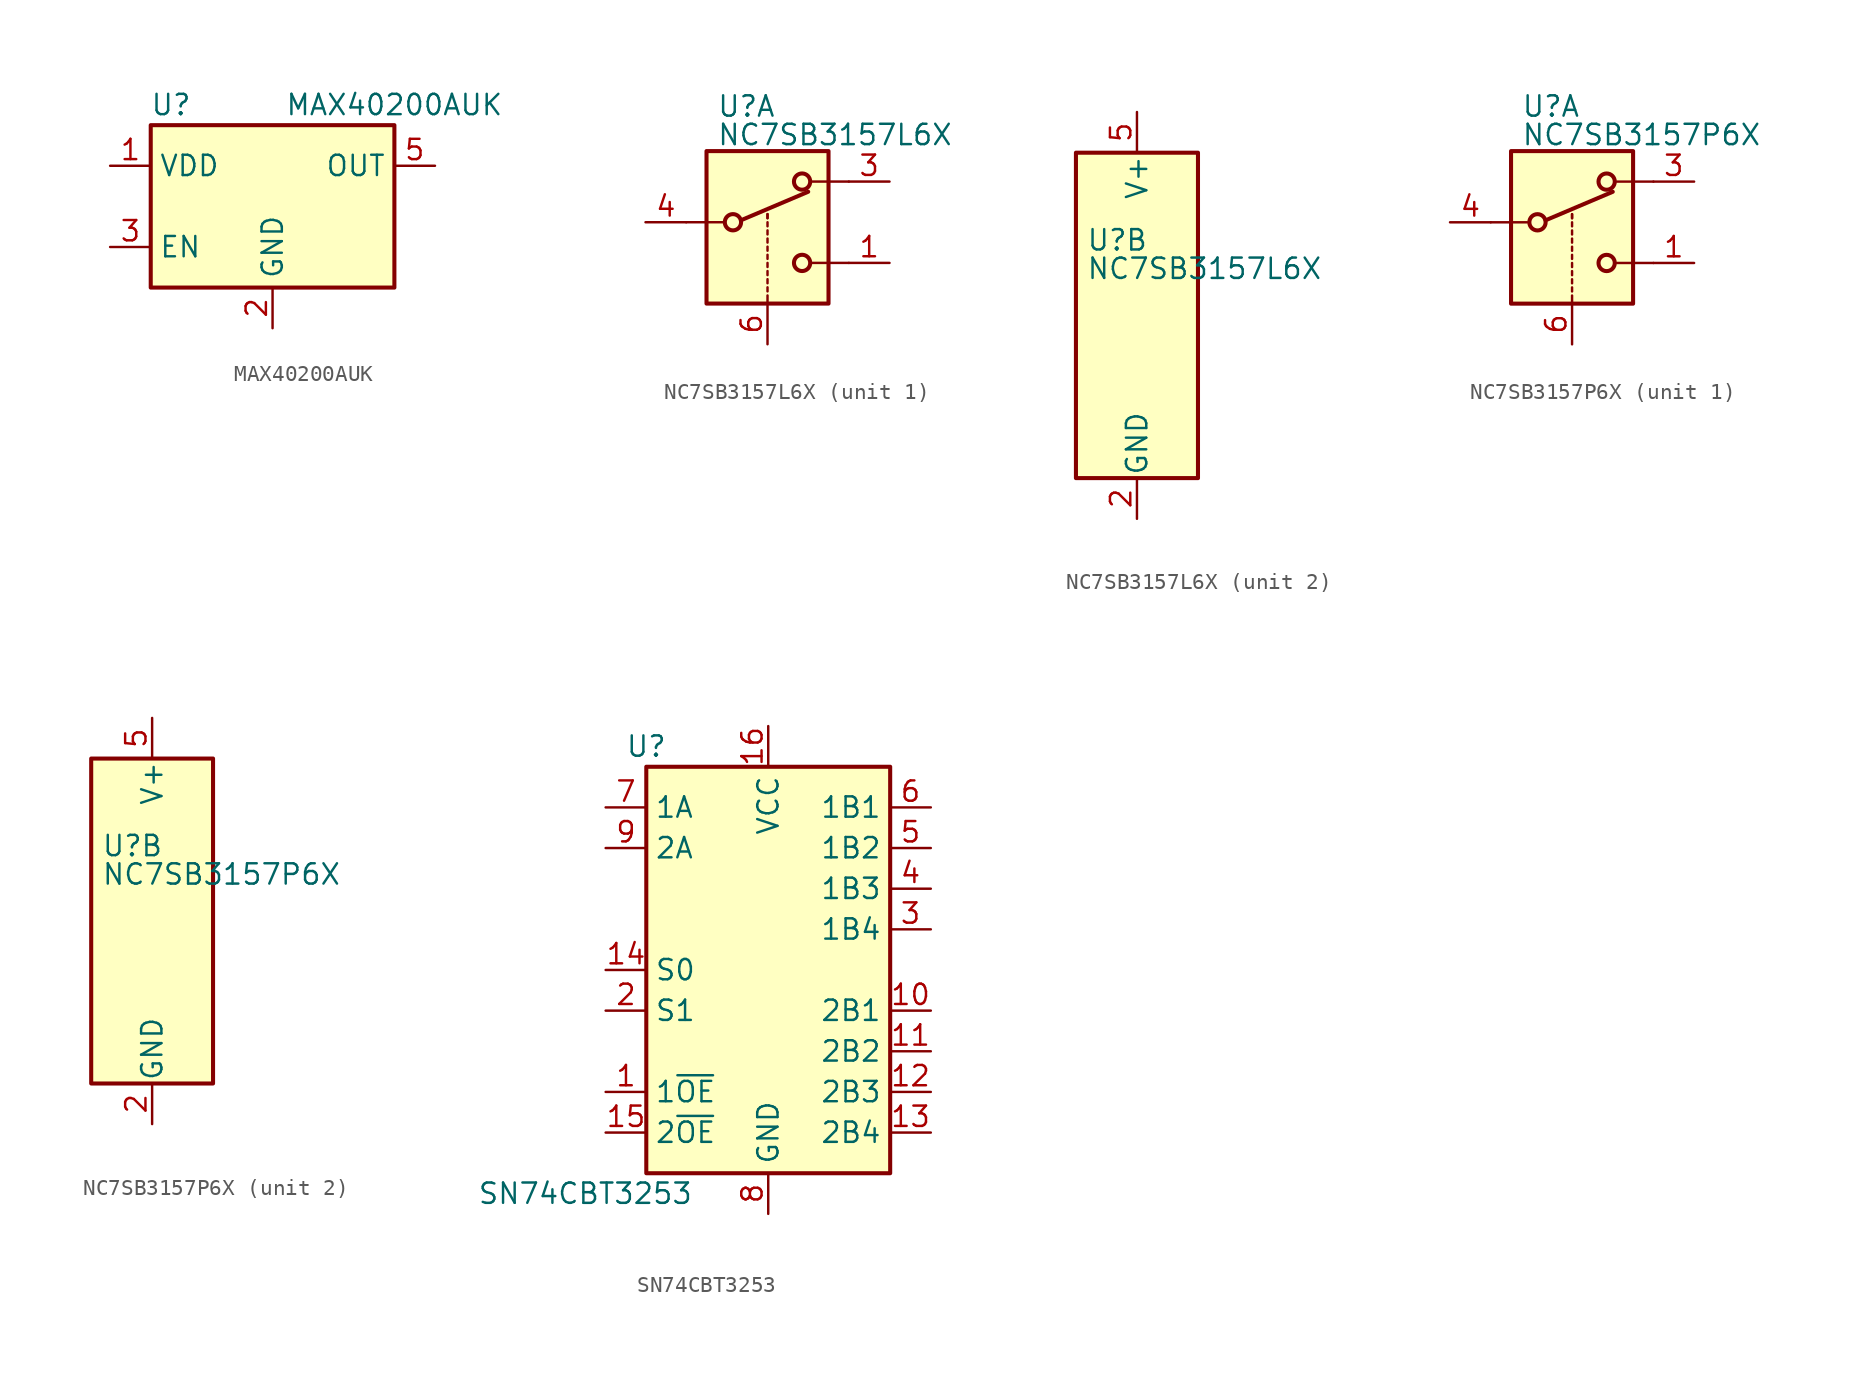
<source format=kicad_sym>
(kicad_symbol_lib
  (version 20200908)
  (generator kicad_symbol_editor)
  (symbol "Analog_Switch:MAX40200AUK"
    (property "Reference" "U"
      (at -6.35 6.35 0)
      (effects (font (size 1.27 1.27))))
    (property "Value" "MAX40200AUK"
      (at 7.62 6.35 0)
      (effects (font (size 1.27 1.27))))
    (symbol "MAX40200AUK_1_1"
      (rectangle (start -7.62 -5.08) (end 7.62 5.08) (stroke (width 0.254)) (fill (type background)))
      (pin power_in line (at -10.16 2.54 0) (length 2.54) (name "VDD" (effects (font (size 1.27 1.27)))) (number "1" (effects (font (size 1.27 1.27)))))
      (pin power_in line (at 0 -7.62 90) (length 2.54) (name "GND" (effects (font (size 1.27 1.27)))) (number "2" (effects (font (size 1.27 1.27)))))
      (pin input line (at -10.16 -2.54 0) (length 2.54) (name "EN" (effects (font (size 1.27 1.27)))) (number "3" (effects (font (size 1.27 1.27)))))
      (pin unconnected line (at 7.62 -2.54 180) (length 2.54) hide (name "NC" (effects (font (size 1.27 1.27)))) (number "4" (effects (font (size 1.27 1.27)))))
      (pin passive line (at 10.16 2.54 180) (length 2.54) (name "OUT" (effects (font (size 1.27 1.27)))) (number "5" (effects (font (size 1.27 1.27)))))))
  (symbol "Analog_Switch:NC7SB3157L6X"
    (pin_names
      (offset 0.127))
    (property "Reference" "U"
      (at -3.175 4.699 0)
      (effects (font (size 1.27 1.27)) (justify left)))
    (property "Value" "NC7SB3157L6X"
      (at -3.175 2.921 0)
      (effects (font (size 1.27 1.27)) (justify left)))
    (symbol "NC7SB3157L6X_1_1"
      (circle (center -2.159 -2.54) (radius 0.508) (stroke (width 0.254)) (fill (type none)))
      (circle (center 2.159 -5.08) (radius 0.508) (stroke (width 0.254)) (fill (type none)))
      (circle (center 2.159 0) (radius 0.508) (stroke (width 0.254)) (fill (type none)))
      (rectangle (start -3.81 1.905) (end 3.81 -7.62) (stroke (width 0.254)) (fill (type background)))
      (polyline (pts (xy -5.08 -2.54) (xy -2.794 -2.54)) (stroke (width 0)) (fill (type none)))
      (polyline (pts (xy -1.651 -2.413) (xy 2.54 -0.635)) (stroke (width 0.254)) (fill (type none)))
      (polyline (pts (xy 0 -7.62) (xy 0 -7.112)) (stroke (width 0)) (fill (type none)))
      (polyline (pts (xy 0 -6.858) (xy 0 -6.604)) (stroke (width 0)) (fill (type none)))
      (polyline (pts (xy 0 -6.35) (xy 0 -6.096)) (stroke (width 0)) (fill (type none)))
      (polyline (pts (xy 0 -5.842) (xy 0 -5.588)) (stroke (width 0)) (fill (type none)))
      (polyline (pts (xy 0 -5.334) (xy 0 -5.08)) (stroke (width 0)) (fill (type none)))
      (polyline (pts (xy 0 -4.826) (xy 0 -4.572)) (stroke (width 0)) (fill (type none)))
      (polyline (pts (xy 0 -4.318) (xy 0 -4.064)) (stroke (width 0)) (fill (type none)))
      (polyline (pts (xy 0 -3.81) (xy 0 -3.556)) (stroke (width 0)) (fill (type none)))
      (polyline (pts (xy 0 -3.302) (xy 0 -3.048)) (stroke (width 0)) (fill (type none)))
      (polyline (pts (xy 0 -2.794) (xy 0 -2.54)) (stroke (width 0)) (fill (type none)))
      (polyline (pts (xy 0 -2.286) (xy 0 -2.032)) (stroke (width 0)) (fill (type none)))
      (polyline (pts (xy 0 -2.286) (xy 0 -2.032)) (stroke (width 0)) (fill (type none)))
      (polyline (pts (xy 5.08 -5.08) (xy 2.794 -5.08)) (stroke (width 0)) (fill (type none)))
      (polyline (pts (xy 5.08 0) (xy 2.794 0)) (stroke (width 0)) (fill (type none)))
      (pin passive line (at 7.62 -5.08 180) (length 2.54) (name "~" (effects (font (size 1.27 1.27)))) (number "1" (effects (font (size 1.27 1.27)))))
      (pin passive line (at 7.62 0 180) (length 2.54) (name "~" (effects (font (size 1.27 1.27)))) (number "3" (effects (font (size 1.27 1.27)))))
      (pin passive line (at -7.62 -2.54 0) (length 2.54) (name "~" (effects (font (size 1.27 1.27)))) (number "4" (effects (font (size 1.27 1.27)))))
      (pin input line (at 0 -10.16 90) (length 2.54) (name "~" (effects (font (size 1.27 1.27)))) (number "6" (effects (font (size 1.27 1.27))))))
    (symbol "NC7SB3157L6X_2_1"
      (rectangle (start -3.81 10.16) (end 3.81 -10.16) (stroke (width 0.254)) (fill (type background))))
    (symbol "NC7SB3157L6X_2_0"
      (pin power_in line (at 0 -12.7 90) (length 2.54) (name "GND" (effects (font (size 1.27 1.27)))) (number "2" (effects (font (size 1.27 1.27)))))
      (pin power_in line (at 0 12.7 270) (length 2.54) (name "V+" (effects (font (size 1.27 1.27)))) (number "5" (effects (font (size 1.27 1.27)))))))
  (symbol "Analog_Switch:NC7SB3157P6X"
    (pin_names
      (offset 0.127))
    (property "Reference" "U"
      (at -3.175 4.699 0)
      (effects (font (size 1.27 1.27)) (justify left)))
    (property "Value" "NC7SB3157P6X"
      (at -3.175 2.921 0)
      (effects (font (size 1.27 1.27)) (justify left)))
    (symbol "NC7SB3157P6X_1_1"
      (circle (center -2.159 -2.54) (radius 0.508) (stroke (width 0.254)) (fill (type none)))
      (circle (center 2.159 -5.08) (radius 0.508) (stroke (width 0.254)) (fill (type none)))
      (circle (center 2.159 0) (radius 0.508) (stroke (width 0.254)) (fill (type none)))
      (rectangle (start -3.81 1.905) (end 3.81 -7.62) (stroke (width 0.254)) (fill (type background)))
      (polyline (pts (xy -5.08 -2.54) (xy -2.794 -2.54)) (stroke (width 0)) (fill (type none)))
      (polyline (pts (xy -1.651 -2.413) (xy 2.54 -0.635)) (stroke (width 0.254)) (fill (type none)))
      (polyline (pts (xy 0 -7.62) (xy 0 -7.112)) (stroke (width 0)) (fill (type none)))
      (polyline (pts (xy 0 -6.858) (xy 0 -6.604)) (stroke (width 0)) (fill (type none)))
      (polyline (pts (xy 0 -6.35) (xy 0 -6.096)) (stroke (width 0)) (fill (type none)))
      (polyline (pts (xy 0 -5.842) (xy 0 -5.588)) (stroke (width 0)) (fill (type none)))
      (polyline (pts (xy 0 -5.334) (xy 0 -5.08)) (stroke (width 0)) (fill (type none)))
      (polyline (pts (xy 0 -4.826) (xy 0 -4.572)) (stroke (width 0)) (fill (type none)))
      (polyline (pts (xy 0 -4.318) (xy 0 -4.064)) (stroke (width 0)) (fill (type none)))
      (polyline (pts (xy 0 -3.81) (xy 0 -3.556)) (stroke (width 0)) (fill (type none)))
      (polyline (pts (xy 0 -3.302) (xy 0 -3.048)) (stroke (width 0)) (fill (type none)))
      (polyline (pts (xy 0 -2.794) (xy 0 -2.54)) (stroke (width 0)) (fill (type none)))
      (polyline (pts (xy 0 -2.286) (xy 0 -2.032)) (stroke (width 0)) (fill (type none)))
      (polyline (pts (xy 0 -2.286) (xy 0 -2.032)) (stroke (width 0)) (fill (type none)))
      (polyline (pts (xy 5.08 -5.08) (xy 2.794 -5.08)) (stroke (width 0)) (fill (type none)))
      (polyline (pts (xy 5.08 0) (xy 2.794 0)) (stroke (width 0)) (fill (type none)))
      (pin passive line (at 7.62 -5.08 180) (length 2.54) (name "~" (effects (font (size 1.27 1.27)))) (number "1" (effects (font (size 1.27 1.27)))))
      (pin passive line (at 7.62 0 180) (length 2.54) (name "~" (effects (font (size 1.27 1.27)))) (number "3" (effects (font (size 1.27 1.27)))))
      (pin passive line (at -7.62 -2.54 0) (length 2.54) (name "~" (effects (font (size 1.27 1.27)))) (number "4" (effects (font (size 1.27 1.27)))))
      (pin input line (at 0 -10.16 90) (length 2.54) (name "~" (effects (font (size 1.27 1.27)))) (number "6" (effects (font (size 1.27 1.27))))))
    (symbol "NC7SB3157P6X_2_1"
      (rectangle (start -3.81 10.16) (end 3.81 -10.16) (stroke (width 0.254)) (fill (type background))))
    (symbol "NC7SB3157P6X_2_0"
      (pin power_in line (at 0 -12.7 90) (length 2.54) (name "GND" (effects (font (size 1.27 1.27)))) (number "2" (effects (font (size 1.27 1.27)))))
      (pin power_in line (at 0 12.7 270) (length 2.54) (name "V+" (effects (font (size 1.27 1.27)))) (number "5" (effects (font (size 1.27 1.27)))))))
  (symbol "Analog_Switch:SN74CBT3253"
    (property "Reference" "U"
      (at -7.62 13.97 0)
      (effects (font (size 1.27 1.27))))
    (property "Value" "SN74CBT3253"
      (at -11.43 -13.97 0)
      (effects (font (size 1.27 1.27))))
    (symbol "SN74CBT3253_0_1"
      (rectangle (start -7.62 12.7) (end 7.62 -12.7) (stroke (width 0.254)) (fill (type background)))
      (rectangle (start 7.62 -12.7) (end 7.62 -12.7) (stroke (width 0)) (fill (type none))))
    (symbol "SN74CBT3253_1_1"
      (pin input line (at -10.16 -7.62 0) (length 2.54) (name "1~OE" (effects (font (size 1.27 1.27)))) (number "1" (effects (font (size 1.27 1.27)))))
      (pin bidirectional line (at 10.16 -2.54 180) (length 2.54) (name "2B1" (effects (font (size 1.27 1.27)))) (number "10" (effects (font (size 1.27 1.27)))))
      (pin bidirectional line (at 10.16 -5.08 180) (length 2.54) (name "2B2" (effects (font (size 1.27 1.27)))) (number "11" (effects (font (size 1.27 1.27)))))
      (pin bidirectional line (at 10.16 -7.62 180) (length 2.54) (name "2B3" (effects (font (size 1.27 1.27)))) (number "12" (effects (font (size 1.27 1.27)))))
      (pin bidirectional line (at 10.16 -10.16 180) (length 2.54) (name "2B4" (effects (font (size 1.27 1.27)))) (number "13" (effects (font (size 1.27 1.27)))))
      (pin input line (at -10.16 0 0) (length 2.54) (name "S0" (effects (font (size 1.27 1.27)))) (number "14" (effects (font (size 1.27 1.27)))))
      (pin input line (at -10.16 -10.16 0) (length 2.54) (name "2~OE" (effects (font (size 1.27 1.27)))) (number "15" (effects (font (size 1.27 1.27)))))
      (pin power_in line (at 0 15.24 270) (length 2.54) (name "VCC" (effects (font (size 1.27 1.27)))) (number "16" (effects (font (size 1.27 1.27)))))
      (pin input line (at -10.16 -2.54 0) (length 2.54) (name "S1" (effects (font (size 1.27 1.27)))) (number "2" (effects (font (size 1.27 1.27)))))
      (pin bidirectional line (at 10.16 2.54 180) (length 2.54) (name "1B4" (effects (font (size 1.27 1.27)))) (number "3" (effects (font (size 1.27 1.27)))))
      (pin bidirectional line (at 10.16 5.08 180) (length 2.54) (name "1B3" (effects (font (size 1.27 1.27)))) (number "4" (effects (font (size 1.27 1.27)))))
      (pin bidirectional line (at 10.16 7.62 180) (length 2.54) (name "1B2" (effects (font (size 1.27 1.27)))) (number "5" (effects (font (size 1.27 1.27)))))
      (pin bidirectional line (at 10.16 10.16 180) (length 2.54) (name "1B1" (effects (font (size 1.27 1.27)))) (number "6" (effects (font (size 1.27 1.27)))))
      (pin bidirectional line (at -10.16 10.16 0) (length 2.54) (name "1A" (effects (font (size 1.27 1.27)))) (number "7" (effects (font (size 1.27 1.27)))))
      (pin power_in line (at 0 -15.24 90) (length 2.54) (name "GND" (effects (font (size 1.27 1.27)))) (number "8" (effects (font (size 1.27 1.27)))))
      (pin bidirectional line (at -10.16 7.62 0) (length 2.54) (name "2A" (effects (font (size 1.27 1.27)))) (number "9" (effects (font (size 1.27 1.27))))))))
</source>
